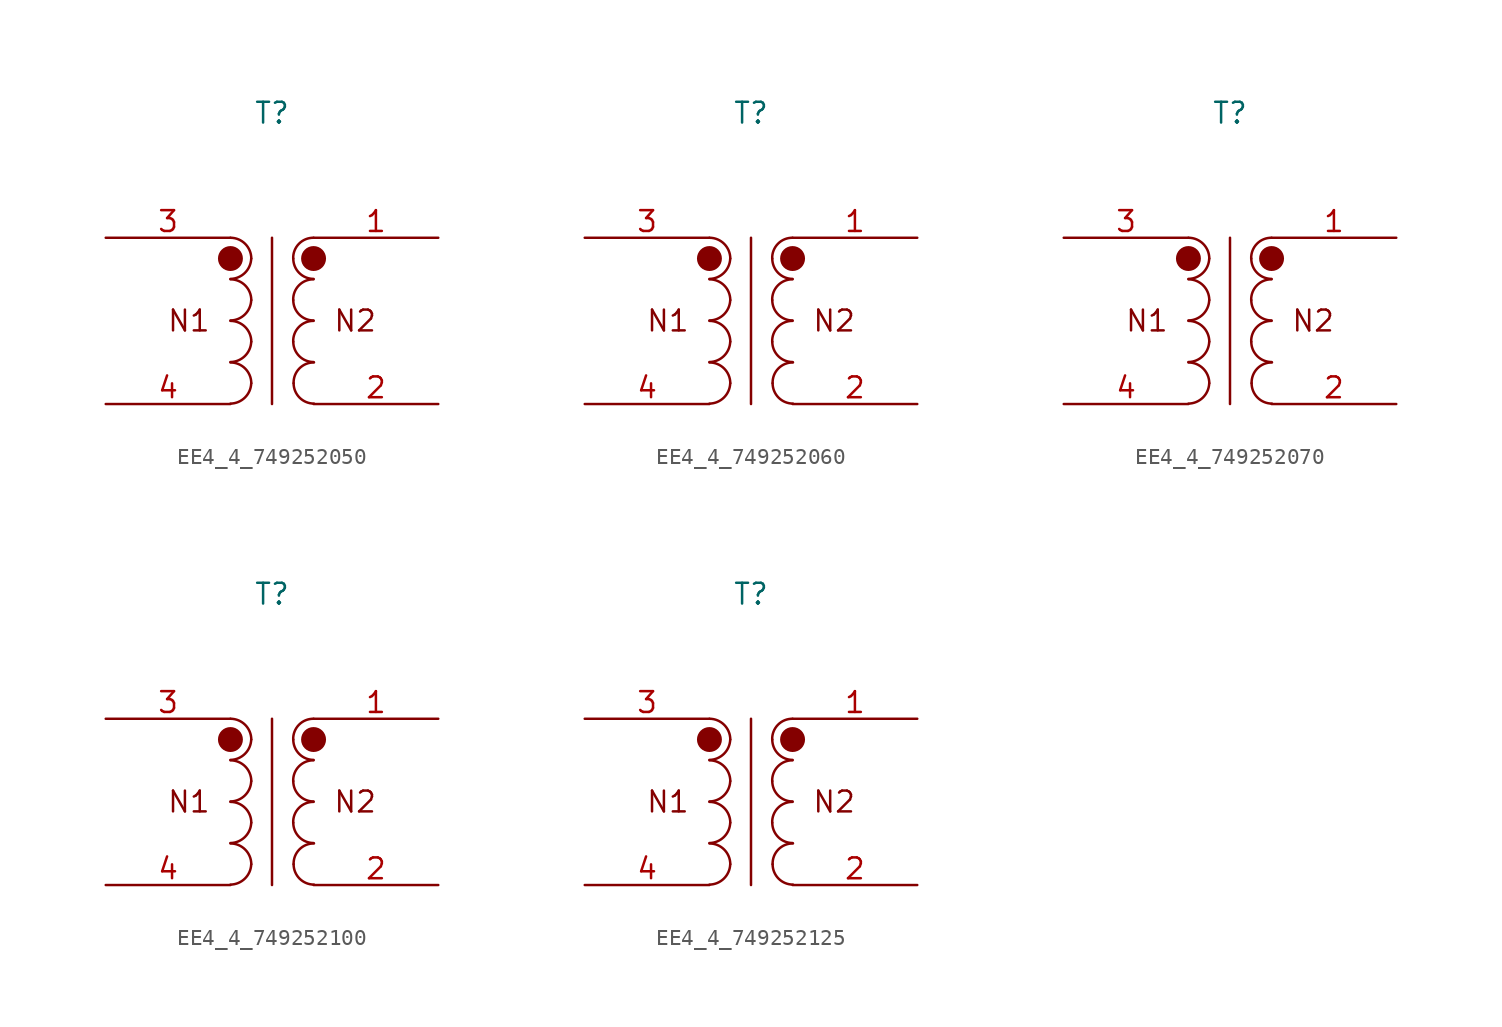
<source format=kicad_sym>
(kicad_symbol_lib
  (version 20220914)
  (generator kicad_symbol_editor)
  (symbol "EE4_4_749252050"
    (pin_names hide)
    (property "Reference" "T"
      (at 0 12.7 0)
      (effects (font (size 1.27 1.27))))
    (property "Critical Parameter" ""
      (at 0 -5.08 0)
      (effects (font (size 1.27 1.27))))
    (symbol "EE4_4_749252050_0_1"
      (arc (start -2.54 -5.0546) (mid -1.6599 -4.6901) (end -1.27 -3.81) (stroke (width 0) (type default)) (fill (type none)))
      (arc (start -2.54 -2.5146) (mid -1.6599 -2.1501) (end -1.27 -1.27) (stroke (width 0) (type default)) (fill (type none)))
      (arc (start -2.54 0.0254) (mid -1.6599 0.3899) (end -1.27 1.27) (stroke (width 0) (type default)) (fill (type none)))
      (arc (start -2.54 2.5654) (mid -1.6599 2.9299) (end -1.27 3.81) (stroke (width 0) (type default)) (fill (type none)))
      (arc (start -1.27 -3.81) (mid -1.642 -2.912) (end -2.54 -2.54) (stroke (width 0) (type default)) (fill (type none)))
      (arc (start -1.27 -1.27) (mid -1.642 -0.372) (end -2.54 0) (stroke (width 0) (type default)) (fill (type none)))
      (arc (start -1.27 1.27) (mid -1.642 2.168) (end -2.54 2.54) (stroke (width 0) (type default)) (fill (type none)))
      (arc (start -1.27 3.81) (mid -1.642 4.708) (end -2.54 5.08) (stroke (width 0) (type default)) (fill (type none)))
      (polyline (pts (xy 0 5.08) (xy 0 -5.08)) (stroke (width 0) (type default)) (fill (type none)))
      (arc (start 1.2954 -1.27) (mid 1.6599 -2.1501) (end 2.54 -2.5146) (stroke (width 0) (type default)) (fill (type none)))
      (arc (start 1.2954 1.27) (mid 1.6599 0.3899) (end 2.54 0.0254) (stroke (width 0) (type default)) (fill (type none)))
      (arc (start 1.2954 3.81) (mid 1.6599 2.9299) (end 2.54 2.5654) (stroke (width 0) (type default)) (fill (type none)))
      (arc (start 1.3208 -3.81) (mid 1.6853 -4.6901) (end 2.5654 -5.0546) (stroke (width 0) (type default)) (fill (type none)))
      (arc (start 2.54 0) (mid 1.642 -0.372) (end 1.2954 -1.27) (stroke (width 0) (type default)) (fill (type none)))
      (arc (start 2.54 2.54) (mid 1.642 2.168) (end 1.2954 1.27) (stroke (width 0) (type default)) (fill (type none)))
      (arc (start 2.54 5.08) (mid 1.642 4.708) (end 1.2954 3.81) (stroke (width 0) (type default)) (fill (type none)))
      (arc (start 2.5654 -2.54) (mid 1.6674 -2.912) (end 1.3208 -3.81) (stroke (width 0) (type default)) (fill (type none))))
    (symbol "EE4_4_749252050_1_1"
      (circle (center -2.54 3.81) (radius 0.0001) (stroke (width 0.762) (type default)) (fill (type none)))
      (circle (center 2.54 3.81) (radius 0.0001) (stroke (width 0.762) (type default)) (fill (type none)))
      (text "N1" (at -5.08 0 0) (effects (font (size 1.27 1.27))))
      (text "N2" (at 5.08 0 0) (effects (font (size 1.27 1.27))))
      (pin passive line (at -10.16 5.08 0) (length 7.62) (name "3" (effects (font (size 1.27 1.27)))) (number "3" (effects (font (size 1.27 1.27)))))
      (pin passive line (at -10.16 -5.08 0) (length 7.62) (name "4" (effects (font (size 1.27 1.27)))) (number "4" (effects (font (size 1.27 1.27)))))
      (pin passive line (at 10.16 -5.08 180) (length 7.62) (name "2" (effects (font (size 1.27 1.27)))) (number "2" (effects (font (size 1.27 1.27)))))
      (pin passive line (at 10.16 5.08 180) (length 7.62) (name "1" (effects (font (size 1.27 1.27)))) (number "1" (effects (font (size 1.27 1.27)))))))
  (symbol "EE4_4_749252060"
    (pin_names hide)
    (property "Reference" "T"
      (at 0 12.7 0)
      (effects (font (size 1.27 1.27))))
    (property "Critical Parameter" ""
      (at 0 -5.08 0)
      (effects (font (size 1.27 1.27))))
    (symbol "EE4_4_749252060_0_1"
      (arc (start -2.54 -5.0546) (mid -1.6599 -4.6901) (end -1.27 -3.81) (stroke (width 0) (type default)) (fill (type none)))
      (arc (start -2.54 -2.5146) (mid -1.6599 -2.1501) (end -1.27 -1.27) (stroke (width 0) (type default)) (fill (type none)))
      (arc (start -2.54 0.0254) (mid -1.6599 0.3899) (end -1.27 1.27) (stroke (width 0) (type default)) (fill (type none)))
      (arc (start -2.54 2.5654) (mid -1.6599 2.9299) (end -1.27 3.81) (stroke (width 0) (type default)) (fill (type none)))
      (arc (start -1.27 -3.81) (mid -1.642 -2.912) (end -2.54 -2.54) (stroke (width 0) (type default)) (fill (type none)))
      (arc (start -1.27 -1.27) (mid -1.642 -0.372) (end -2.54 0) (stroke (width 0) (type default)) (fill (type none)))
      (arc (start -1.27 1.27) (mid -1.642 2.168) (end -2.54 2.54) (stroke (width 0) (type default)) (fill (type none)))
      (arc (start -1.27 3.81) (mid -1.642 4.708) (end -2.54 5.08) (stroke (width 0) (type default)) (fill (type none)))
      (polyline (pts (xy 0 5.08) (xy 0 -5.08)) (stroke (width 0) (type default)) (fill (type none)))
      (arc (start 1.2954 -1.27) (mid 1.6599 -2.1501) (end 2.54 -2.5146) (stroke (width 0) (type default)) (fill (type none)))
      (arc (start 1.2954 1.27) (mid 1.6599 0.3899) (end 2.54 0.0254) (stroke (width 0) (type default)) (fill (type none)))
      (arc (start 1.2954 3.81) (mid 1.6599 2.9299) (end 2.54 2.5654) (stroke (width 0) (type default)) (fill (type none)))
      (arc (start 1.3208 -3.81) (mid 1.6853 -4.6901) (end 2.5654 -5.0546) (stroke (width 0) (type default)) (fill (type none)))
      (arc (start 2.54 0) (mid 1.642 -0.372) (end 1.2954 -1.27) (stroke (width 0) (type default)) (fill (type none)))
      (arc (start 2.54 2.54) (mid 1.642 2.168) (end 1.2954 1.27) (stroke (width 0) (type default)) (fill (type none)))
      (arc (start 2.54 5.08) (mid 1.642 4.708) (end 1.2954 3.81) (stroke (width 0) (type default)) (fill (type none)))
      (arc (start 2.5654 -2.54) (mid 1.6674 -2.912) (end 1.3208 -3.81) (stroke (width 0) (type default)) (fill (type none))))
    (symbol "EE4_4_749252060_1_1"
      (circle (center -2.54 3.81) (radius 0.0001) (stroke (width 0.762) (type default)) (fill (type none)))
      (circle (center 2.54 3.81) (radius 0.0001) (stroke (width 0.762) (type default)) (fill (type none)))
      (text "N1" (at -5.08 0 0) (effects (font (size 1.27 1.27))))
      (text "N2" (at 5.08 0 0) (effects (font (size 1.27 1.27))))
      (pin passive line (at -10.16 5.08 0) (length 7.62) (name "3" (effects (font (size 1.27 1.27)))) (number "3" (effects (font (size 1.27 1.27)))))
      (pin passive line (at -10.16 -5.08 0) (length 7.62) (name "4" (effects (font (size 1.27 1.27)))) (number "4" (effects (font (size 1.27 1.27)))))
      (pin passive line (at 10.16 -5.08 180) (length 7.62) (name "2" (effects (font (size 1.27 1.27)))) (number "2" (effects (font (size 1.27 1.27)))))
      (pin passive line (at 10.16 5.08 180) (length 7.62) (name "1" (effects (font (size 1.27 1.27)))) (number "1" (effects (font (size 1.27 1.27)))))))
  (symbol "EE4_4_749252070"
    (pin_names hide)
    (property "Reference" "T"
      (at 0 12.7 0)
      (effects (font (size 1.27 1.27))))
    (property "Critical Parameter" ""
      (at 0 -5.08 0)
      (effects (font (size 1.27 1.27))))
    (symbol "EE4_4_749252070_0_1"
      (arc (start -2.54 -5.0546) (mid -1.6599 -4.6901) (end -1.27 -3.81) (stroke (width 0) (type default)) (fill (type none)))
      (arc (start -2.54 -2.5146) (mid -1.6599 -2.1501) (end -1.27 -1.27) (stroke (width 0) (type default)) (fill (type none)))
      (arc (start -2.54 0.0254) (mid -1.6599 0.3899) (end -1.27 1.27) (stroke (width 0) (type default)) (fill (type none)))
      (arc (start -2.54 2.5654) (mid -1.6599 2.9299) (end -1.27 3.81) (stroke (width 0) (type default)) (fill (type none)))
      (arc (start -1.27 -3.81) (mid -1.642 -2.912) (end -2.54 -2.54) (stroke (width 0) (type default)) (fill (type none)))
      (arc (start -1.27 -1.27) (mid -1.642 -0.372) (end -2.54 0) (stroke (width 0) (type default)) (fill (type none)))
      (arc (start -1.27 1.27) (mid -1.642 2.168) (end -2.54 2.54) (stroke (width 0) (type default)) (fill (type none)))
      (arc (start -1.27 3.81) (mid -1.642 4.708) (end -2.54 5.08) (stroke (width 0) (type default)) (fill (type none)))
      (polyline (pts (xy 0 5.08) (xy 0 -5.08)) (stroke (width 0) (type default)) (fill (type none)))
      (arc (start 1.2954 -1.27) (mid 1.6599 -2.1501) (end 2.54 -2.5146) (stroke (width 0) (type default)) (fill (type none)))
      (arc (start 1.2954 1.27) (mid 1.6599 0.3899) (end 2.54 0.0254) (stroke (width 0) (type default)) (fill (type none)))
      (arc (start 1.2954 3.81) (mid 1.6599 2.9299) (end 2.54 2.5654) (stroke (width 0) (type default)) (fill (type none)))
      (arc (start 1.3208 -3.81) (mid 1.6853 -4.6901) (end 2.5654 -5.0546) (stroke (width 0) (type default)) (fill (type none)))
      (arc (start 2.54 0) (mid 1.642 -0.372) (end 1.2954 -1.27) (stroke (width 0) (type default)) (fill (type none)))
      (arc (start 2.54 2.54) (mid 1.642 2.168) (end 1.2954 1.27) (stroke (width 0) (type default)) (fill (type none)))
      (arc (start 2.54 5.08) (mid 1.642 4.708) (end 1.2954 3.81) (stroke (width 0) (type default)) (fill (type none)))
      (arc (start 2.5654 -2.54) (mid 1.6674 -2.912) (end 1.3208 -3.81) (stroke (width 0) (type default)) (fill (type none))))
    (symbol "EE4_4_749252070_1_1"
      (circle (center -2.54 3.81) (radius 0.0001) (stroke (width 0.762) (type default)) (fill (type none)))
      (circle (center 2.54 3.81) (radius 0.0001) (stroke (width 0.762) (type default)) (fill (type none)))
      (text "N1" (at -5.08 0 0) (effects (font (size 1.27 1.27))))
      (text "N2" (at 5.08 0 0) (effects (font (size 1.27 1.27))))
      (pin passive line (at -10.16 5.08 0) (length 7.62) (name "3" (effects (font (size 1.27 1.27)))) (number "3" (effects (font (size 1.27 1.27)))))
      (pin passive line (at -10.16 -5.08 0) (length 7.62) (name "4" (effects (font (size 1.27 1.27)))) (number "4" (effects (font (size 1.27 1.27)))))
      (pin passive line (at 10.16 -5.08 180) (length 7.62) (name "2" (effects (font (size 1.27 1.27)))) (number "2" (effects (font (size 1.27 1.27)))))
      (pin passive line (at 10.16 5.08 180) (length 7.62) (name "1" (effects (font (size 1.27 1.27)))) (number "1" (effects (font (size 1.27 1.27)))))))
  (symbol "EE4_4_749252100"
    (pin_names hide)
    (property "Reference" "T"
      (at 0 12.7 0)
      (effects (font (size 1.27 1.27))))
    (property "Critical Parameter" ""
      (at 0 -5.08 0)
      (effects (font (size 1.27 1.27))))
    (symbol "EE4_4_749252100_0_1"
      (arc (start -2.54 -5.0546) (mid -1.6599 -4.6901) (end -1.27 -3.81) (stroke (width 0) (type default)) (fill (type none)))
      (arc (start -2.54 -2.5146) (mid -1.6599 -2.1501) (end -1.27 -1.27) (stroke (width 0) (type default)) (fill (type none)))
      (arc (start -2.54 0.0254) (mid -1.6599 0.3899) (end -1.27 1.27) (stroke (width 0) (type default)) (fill (type none)))
      (arc (start -2.54 2.5654) (mid -1.6599 2.9299) (end -1.27 3.81) (stroke (width 0) (type default)) (fill (type none)))
      (arc (start -1.27 -3.81) (mid -1.642 -2.912) (end -2.54 -2.54) (stroke (width 0) (type default)) (fill (type none)))
      (arc (start -1.27 -1.27) (mid -1.642 -0.372) (end -2.54 0) (stroke (width 0) (type default)) (fill (type none)))
      (arc (start -1.27 1.27) (mid -1.642 2.168) (end -2.54 2.54) (stroke (width 0) (type default)) (fill (type none)))
      (arc (start -1.27 3.81) (mid -1.642 4.708) (end -2.54 5.08) (stroke (width 0) (type default)) (fill (type none)))
      (polyline (pts (xy 0 5.08) (xy 0 -5.08)) (stroke (width 0) (type default)) (fill (type none)))
      (arc (start 1.2954 -1.27) (mid 1.6599 -2.1501) (end 2.54 -2.5146) (stroke (width 0) (type default)) (fill (type none)))
      (arc (start 1.2954 1.27) (mid 1.6599 0.3899) (end 2.54 0.0254) (stroke (width 0) (type default)) (fill (type none)))
      (arc (start 1.2954 3.81) (mid 1.6599 2.9299) (end 2.54 2.5654) (stroke (width 0) (type default)) (fill (type none)))
      (arc (start 1.3208 -3.81) (mid 1.6853 -4.6901) (end 2.5654 -5.0546) (stroke (width 0) (type default)) (fill (type none)))
      (arc (start 2.54 0) (mid 1.642 -0.372) (end 1.2954 -1.27) (stroke (width 0) (type default)) (fill (type none)))
      (arc (start 2.54 2.54) (mid 1.642 2.168) (end 1.2954 1.27) (stroke (width 0) (type default)) (fill (type none)))
      (arc (start 2.54 5.08) (mid 1.642 4.708) (end 1.2954 3.81) (stroke (width 0) (type default)) (fill (type none)))
      (arc (start 2.5654 -2.54) (mid 1.6674 -2.912) (end 1.3208 -3.81) (stroke (width 0) (type default)) (fill (type none))))
    (symbol "EE4_4_749252100_1_1"
      (circle (center -2.54 3.81) (radius 0.0001) (stroke (width 0.762) (type default)) (fill (type none)))
      (circle (center 2.54 3.81) (radius 0.0001) (stroke (width 0.762) (type default)) (fill (type none)))
      (text "N1" (at -5.08 0 0) (effects (font (size 1.27 1.27))))
      (text "N2" (at 5.08 0 0) (effects (font (size 1.27 1.27))))
      (pin passive line (at -10.16 5.08 0) (length 7.62) (name "3" (effects (font (size 1.27 1.27)))) (number "3" (effects (font (size 1.27 1.27)))))
      (pin passive line (at -10.16 -5.08 0) (length 7.62) (name "4" (effects (font (size 1.27 1.27)))) (number "4" (effects (font (size 1.27 1.27)))))
      (pin passive line (at 10.16 -5.08 180) (length 7.62) (name "2" (effects (font (size 1.27 1.27)))) (number "2" (effects (font (size 1.27 1.27)))))
      (pin passive line (at 10.16 5.08 180) (length 7.62) (name "1" (effects (font (size 1.27 1.27)))) (number "1" (effects (font (size 1.27 1.27)))))))
  (symbol "EE4_4_749252125"
    (pin_names hide)
    (property "Reference" "T"
      (at 0 12.7 0)
      (effects (font (size 1.27 1.27))))
    (property "Critical Parameter" ""
      (at 0 -5.08 0)
      (effects (font (size 1.27 1.27))))
    (symbol "EE4_4_749252125_0_1"
      (arc (start -2.54 -5.0546) (mid -1.6599 -4.6901) (end -1.27 -3.81) (stroke (width 0) (type default)) (fill (type none)))
      (arc (start -2.54 -2.5146) (mid -1.6599 -2.1501) (end -1.27 -1.27) (stroke (width 0) (type default)) (fill (type none)))
      (arc (start -2.54 0.0254) (mid -1.6599 0.3899) (end -1.27 1.27) (stroke (width 0) (type default)) (fill (type none)))
      (arc (start -2.54 2.5654) (mid -1.6599 2.9299) (end -1.27 3.81) (stroke (width 0) (type default)) (fill (type none)))
      (arc (start -1.27 -3.81) (mid -1.642 -2.912) (end -2.54 -2.54) (stroke (width 0) (type default)) (fill (type none)))
      (arc (start -1.27 -1.27) (mid -1.642 -0.372) (end -2.54 0) (stroke (width 0) (type default)) (fill (type none)))
      (arc (start -1.27 1.27) (mid -1.642 2.168) (end -2.54 2.54) (stroke (width 0) (type default)) (fill (type none)))
      (arc (start -1.27 3.81) (mid -1.642 4.708) (end -2.54 5.08) (stroke (width 0) (type default)) (fill (type none)))
      (polyline (pts (xy 0 5.08) (xy 0 -5.08)) (stroke (width 0) (type default)) (fill (type none)))
      (arc (start 1.2954 -1.27) (mid 1.6599 -2.1501) (end 2.54 -2.5146) (stroke (width 0) (type default)) (fill (type none)))
      (arc (start 1.2954 1.27) (mid 1.6599 0.3899) (end 2.54 0.0254) (stroke (width 0) (type default)) (fill (type none)))
      (arc (start 1.2954 3.81) (mid 1.6599 2.9299) (end 2.54 2.5654) (stroke (width 0) (type default)) (fill (type none)))
      (arc (start 1.3208 -3.81) (mid 1.6853 -4.6901) (end 2.5654 -5.0546) (stroke (width 0) (type default)) (fill (type none)))
      (arc (start 2.54 0) (mid 1.642 -0.372) (end 1.2954 -1.27) (stroke (width 0) (type default)) (fill (type none)))
      (arc (start 2.54 2.54) (mid 1.642 2.168) (end 1.2954 1.27) (stroke (width 0) (type default)) (fill (type none)))
      (arc (start 2.54 5.08) (mid 1.642 4.708) (end 1.2954 3.81) (stroke (width 0) (type default)) (fill (type none)))
      (arc (start 2.5654 -2.54) (mid 1.6674 -2.912) (end 1.3208 -3.81) (stroke (width 0) (type default)) (fill (type none))))
    (symbol "EE4_4_749252125_1_1"
      (circle (center -2.54 3.81) (radius 0.0001) (stroke (width 0.762) (type default)) (fill (type none)))
      (circle (center 2.54 3.81) (radius 0.0001) (stroke (width 0.762) (type default)) (fill (type none)))
      (text "N1" (at -5.08 0 0) (effects (font (size 1.27 1.27))))
      (text "N2" (at 5.08 0 0) (effects (font (size 1.27 1.27))))
      (pin passive line (at -10.16 5.08 0) (length 7.62) (name "3" (effects (font (size 1.27 1.27)))) (number "3" (effects (font (size 1.27 1.27)))))
      (pin passive line (at -10.16 -5.08 0) (length 7.62) (name "4" (effects (font (size 1.27 1.27)))) (number "4" (effects (font (size 1.27 1.27)))))
      (pin passive line (at 10.16 -5.08 180) (length 7.62) (name "2" (effects (font (size 1.27 1.27)))) (number "2" (effects (font (size 1.27 1.27)))))
      (pin passive line (at 10.16 5.08 180) (length 7.62) (name "1" (effects (font (size 1.27 1.27)))) (number "1" (effects (font (size 1.27 1.27))))))))
</source>
